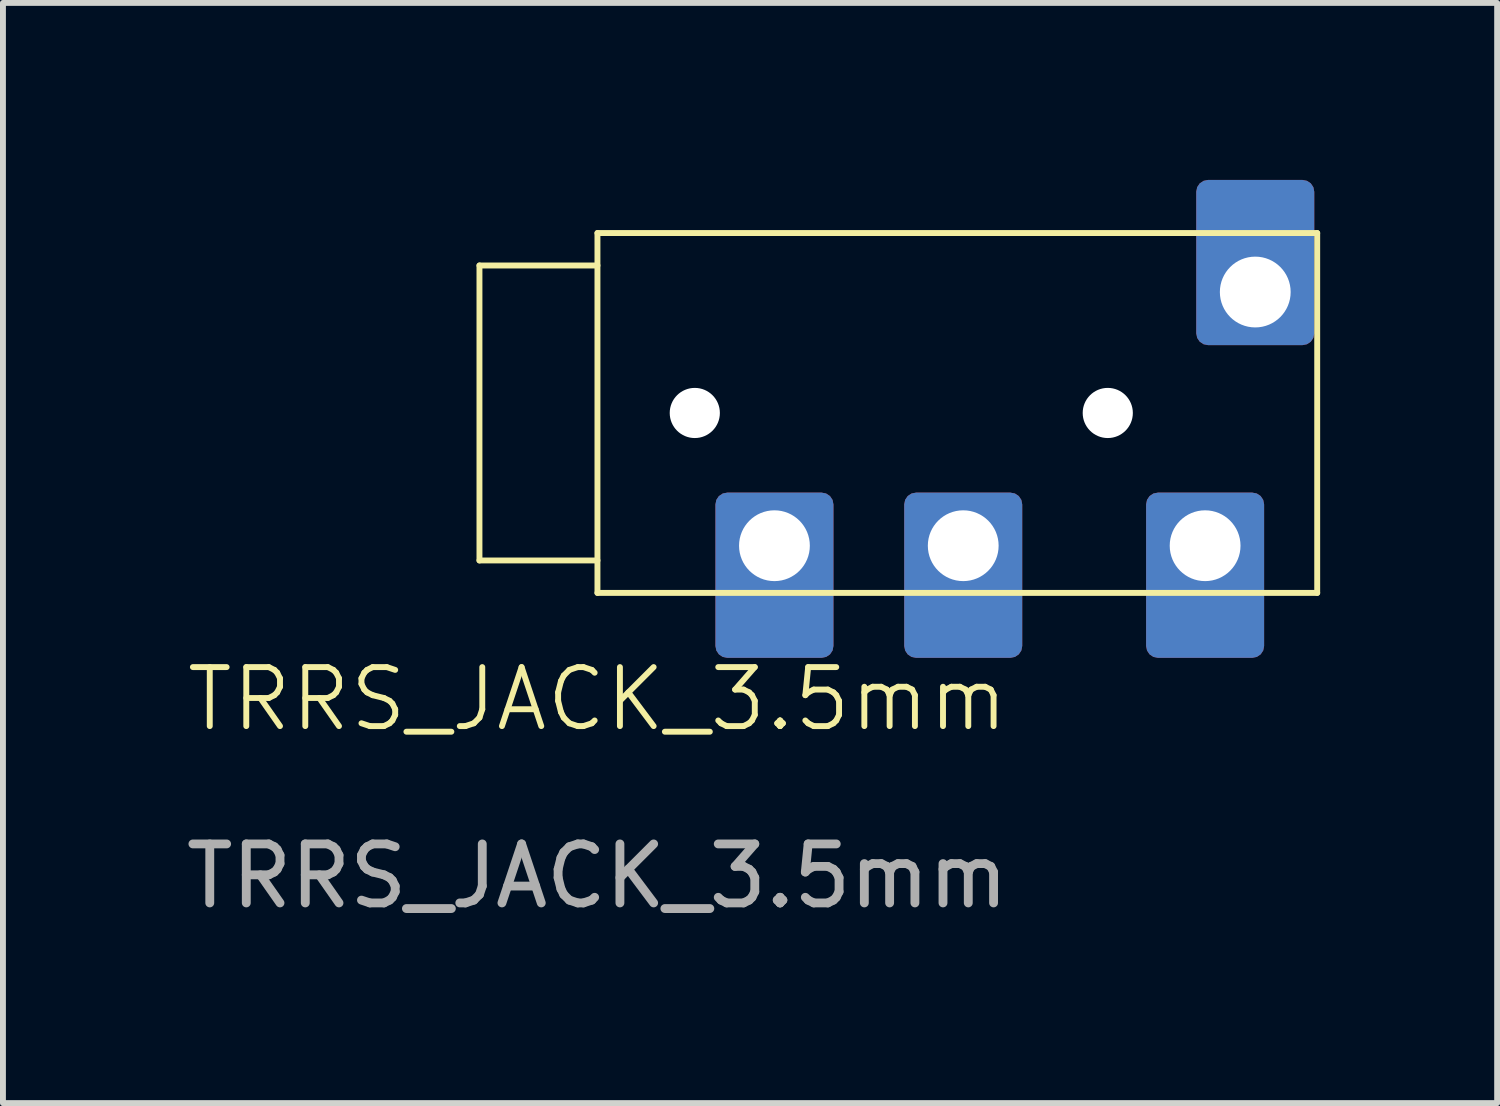
<source format=kicad_pcb>
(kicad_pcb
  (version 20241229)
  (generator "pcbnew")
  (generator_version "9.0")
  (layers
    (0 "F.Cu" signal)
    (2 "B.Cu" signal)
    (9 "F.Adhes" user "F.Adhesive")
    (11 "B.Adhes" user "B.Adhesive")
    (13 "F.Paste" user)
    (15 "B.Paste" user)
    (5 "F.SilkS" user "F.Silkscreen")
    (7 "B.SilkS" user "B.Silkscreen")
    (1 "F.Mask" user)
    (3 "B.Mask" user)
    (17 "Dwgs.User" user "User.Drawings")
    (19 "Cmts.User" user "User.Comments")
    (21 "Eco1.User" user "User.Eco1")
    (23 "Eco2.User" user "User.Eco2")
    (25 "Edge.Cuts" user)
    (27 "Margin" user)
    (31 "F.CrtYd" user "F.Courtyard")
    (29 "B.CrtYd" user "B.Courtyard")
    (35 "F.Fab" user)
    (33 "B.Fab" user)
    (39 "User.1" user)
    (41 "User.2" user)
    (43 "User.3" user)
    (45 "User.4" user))
  (footprint "TRRS_JACK_3.5mm"
    (layer "F.Cu")
    (at 7.077 0.9)
    (property "Reference" "TRRS_JACK_3.5mm" (at 0 7.9 0) (unlocked yes) (layer "F.SilkS") (effects (font (size 1 1) (thickness 0.1))))
    (attr through_hole)
    (fp_line (start -2 0.55) (end -2 5.55) (stroke (width 0.1) (type default)) (layer "F.SilkS"))
    (fp_line (start -2 5.55) (end 0 5.55) (stroke (width 0.1) (type default)) (layer "F.SilkS"))
    (fp_line (start 0 0) (end 12.2 0) (stroke (width 0.1) (type default)) (layer "F.SilkS"))
    (fp_line (start 0 0.55) (end -2 0.55) (stroke (width 0.1) (type default)) (layer "F.SilkS"))
    (fp_line (start 0 6.1) (end 0 0) (stroke (width 0.1) (type default)) (layer "F.SilkS"))
    (fp_line (start 12.2 0) (end 12.2 6.1) (stroke (width 0.1) (type default)) (layer "F.SilkS"))
    (fp_line (start 12.2 6.1) (end 0 6.1) (stroke (width 0.1) (type default)) (layer "F.SilkS"))
    (fp_text user "${REFERENCE}" (at 0 10.9 0) (unlocked yes) (layer "F.Fab") (effects (font (size 1 1) (thickness 0.15))))
    (pad "" np_thru_hole circle (at 1.65 3.05) (size 0.85 0.85) (drill 0.85) (layers "*.Cu" "*.Mask"))
    (pad "" np_thru_hole circle (at 8.65 3.05) (size 0.85 0.85) (drill 0.85) (layers "*.Cu" "*.Mask"))
    (pad "R1" thru_hole roundrect (at 6.2 5.3 180) (size 2 2.8) (drill 1.2 (offset 0 -0.5)) (layers "*.Cu" "*.Mask") (roundrect_rratio 0.1))
    (pad "R2" thru_hole roundrect (at 3 5.3 180) (size 2 2.8) (drill 1.2 (offset 0 -0.5)) (layers "*.Cu" "*.Mask") (roundrect_rratio 0.1))
    (pad "S" thru_hole roundrect (at 11.15 1) (size 2 2.8) (drill 1.2 (offset 0 -0.5)) (layers "*.Cu" "*.Mask") (roundrect_rratio 0.1))
    (pad "T" thru_hole roundrect (at 10.3 5.3 180) (size 2 2.8) (drill 1.2 (offset 0 -0.5)) (layers "*.Cu" "*.Mask") (roundrect_rratio 0.1)))
  (gr_rect
    (start -3 -3)
    (end 22.327 15.648)
    (stroke (width 0.1) (type default))
    (fill no)
    (layer "Edge.Cuts")))
</source>
